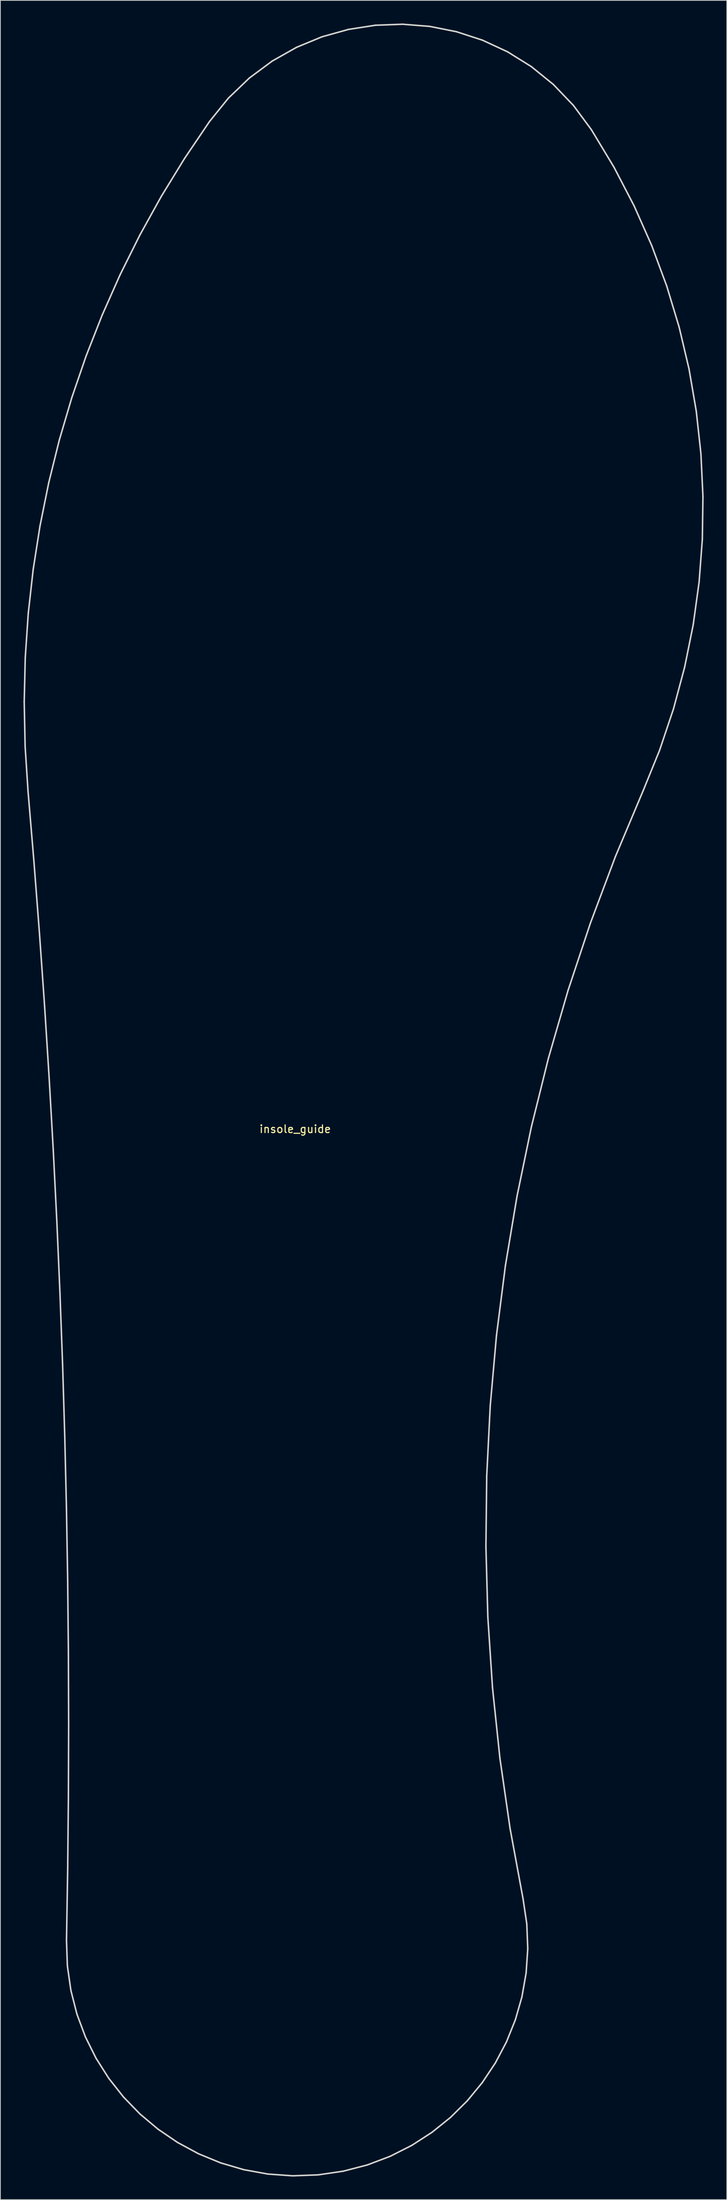
<source format=kicad_pcb>
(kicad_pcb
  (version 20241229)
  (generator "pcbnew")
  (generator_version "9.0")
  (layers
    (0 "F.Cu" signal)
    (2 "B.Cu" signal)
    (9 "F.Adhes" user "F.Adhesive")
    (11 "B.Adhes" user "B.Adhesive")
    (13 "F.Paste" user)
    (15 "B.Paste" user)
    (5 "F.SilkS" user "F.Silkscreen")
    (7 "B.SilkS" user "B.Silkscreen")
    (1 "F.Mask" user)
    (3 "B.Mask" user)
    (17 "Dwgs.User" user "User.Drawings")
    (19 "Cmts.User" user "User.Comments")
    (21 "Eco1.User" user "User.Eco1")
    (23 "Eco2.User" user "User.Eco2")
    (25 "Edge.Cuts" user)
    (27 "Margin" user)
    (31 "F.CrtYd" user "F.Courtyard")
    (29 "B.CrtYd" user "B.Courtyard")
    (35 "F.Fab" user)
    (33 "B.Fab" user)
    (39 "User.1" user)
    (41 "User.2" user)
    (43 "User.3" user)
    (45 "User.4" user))
  (footprint "insole_guide"
    (layer "F.Cu")
    (at 35.349 143.198)
    (property "Reference" "insole_guide" (at 0 0.5 0) (layer "F.SilkS") (effects (font (size 1 1) (thickness 0.15))))
    (attr through_hole)
    (fp_line (start -35.249 -55.017) (end -35.131 -49.237) (stroke (width 0.2) (type solid)) (layer "Edge.Cuts"))
    (fp_line (start -35.131 -49.237) (end -34.755 -43.447) (stroke (width 0.2) (type solid)) (layer "Edge.Cuts"))
    (fp_line (start -35.113 -60.78) (end -35.249 -55.017) (stroke (width 0.2) (type solid)) (layer "Edge.Cuts"))
    (fp_line (start -34.755 -43.447) (end -33.974 -34.131) (stroke (width 0.2) (type solid)) (layer "Edge.Cuts"))
    (fp_line (start -34.724 -66.518) (end -35.113 -60.78) (stroke (width 0.2) (type solid)) (layer "Edge.Cuts"))
    (fp_line (start -34.084 -72.222) (end -34.724 -66.518) (stroke (width 0.2) (type solid)) (layer "Edge.Cuts"))
    (fp_line (start -33.974 -34.131) (end -33.256 -24.81) (stroke (width 0.2) (type solid)) (layer "Edge.Cuts"))
    (fp_line (start -33.256 -24.81) (end -32.599 -15.486) (stroke (width 0.2) (type solid)) (layer "Edge.Cuts"))
    (fp_line (start -33.197 -77.885) (end -34.084 -72.222) (stroke (width 0.2) (type solid)) (layer "Edge.Cuts"))
    (fp_line (start -32.599 -15.486) (end -32.006 -6.157) (stroke (width 0.2) (type solid)) (layer "Edge.Cuts"))
    (fp_line (start -32.062 -83.499) (end -33.197 -77.885) (stroke (width 0.2) (type solid)) (layer "Edge.Cuts"))
    (fp_line (start -32.006 -6.157) (end -31.474 3.174) (stroke (width 0.2) (type solid)) (layer "Edge.Cuts"))
    (fp_line (start -31.474 3.174) (end -31.005 12.509) (stroke (width 0.2) (type solid)) (layer "Edge.Cuts"))
    (fp_line (start -31.005 12.509) (end -30.599 21.846) (stroke (width 0.2) (type solid)) (layer "Edge.Cuts"))
    (fp_line (start -30.684 -89.055) (end -32.062 -83.499) (stroke (width 0.2) (type solid)) (layer "Edge.Cuts"))
    (fp_line (start -30.599 21.846) (end -30.254 31.186) (stroke (width 0.2) (type solid)) (layer "Edge.Cuts"))
    (fp_line (start -30.254 31.186) (end -29.973 40.528) (stroke (width 0.2) (type solid)) (layer "Edge.Cuts"))
    (fp_line (start -29.973 40.528) (end -29.753 49.872) (stroke (width 0.2) (type solid)) (layer "Edge.Cuts"))
    (fp_line (start -29.753 49.872) (end -29.596 59.217) (stroke (width 0.2) (type solid)) (layer "Edge.Cuts"))
    (fp_line (start -29.749 105.953) (end -29.636 109.261) (stroke (width 0.2) (type solid)) (layer "Edge.Cuts"))
    (fp_line (start -29.636 109.261) (end -29.176 112.464) (stroke (width 0.2) (type solid)) (layer "Edge.Cuts"))
    (fp_line (start -29.596 59.217) (end -29.502 68.563) (stroke (width 0.2) (type solid)) (layer "Edge.Cuts"))
    (fp_line (start -29.594 96.606) (end -29.749 105.953) (stroke (width 0.2) (type solid)) (layer "Edge.Cuts"))
    (fp_line (start -29.502 68.563) (end -29.47 77.91) (stroke (width 0.2) (type solid)) (layer "Edge.Cuts"))
    (fp_line (start -29.501 87.258) (end -29.594 96.606) (stroke (width 0.2) (type solid)) (layer "Edge.Cuts"))
    (fp_line (start -29.47 77.91) (end -29.501 87.258) (stroke (width 0.2) (type solid)) (layer "Edge.Cuts"))
    (fp_line (start -29.176 112.464) (end -28.388 115.546) (stroke (width 0.2) (type solid)) (layer "Edge.Cuts"))
    (fp_line (start -29.065 -94.545) (end -30.684 -89.055) (stroke (width 0.2) (type solid)) (layer "Edge.Cuts"))
    (fp_line (start -28.388 115.546) (end -27.291 118.488) (stroke (width 0.2) (type solid)) (layer "Edge.Cuts"))
    (fp_line (start -27.291 118.488) (end -25.905 121.273) (stroke (width 0.2) (type solid)) (layer "Edge.Cuts"))
    (fp_line (start -27.205 -99.962) (end -29.065 -94.545) (stroke (width 0.2) (type solid)) (layer "Edge.Cuts"))
    (fp_line (start -25.905 121.273) (end -24.248 123.884) (stroke (width 0.2) (type solid)) (layer "Edge.Cuts"))
    (fp_line (start -25.108 -105.296) (end -27.205 -99.962) (stroke (width 0.2) (type solid)) (layer "Edge.Cuts"))
    (fp_line (start -24.248 123.884) (end -22.34 126.301) (stroke (width 0.2) (type solid)) (layer "Edge.Cuts"))
    (fp_line (start -22.776 -110.542) (end -25.108 -105.296) (stroke (width 0.2) (type solid)) (layer "Edge.Cuts"))
    (fp_line (start -22.34 126.301) (end -20.2 128.507) (stroke (width 0.2) (type solid)) (layer "Edge.Cuts"))
    (fp_line (start -20.211 -115.689) (end -22.776 -110.542) (stroke (width 0.2) (type solid)) (layer "Edge.Cuts"))
    (fp_line (start -20.2 128.507) (end -17.847 130.485) (stroke (width 0.2) (type solid)) (layer "Edge.Cuts"))
    (fp_line (start -17.847 130.485) (end -15.301 132.216) (stroke (width 0.2) (type solid)) (layer "Edge.Cuts"))
    (fp_line (start -17.415 -120.73) (end -20.211 -115.689) (stroke (width 0.2) (type solid)) (layer "Edge.Cuts"))
    (fp_line (start -15.301 132.216) (end -12.579 133.683) (stroke (width 0.2) (type solid)) (layer "Edge.Cuts"))
    (fp_line (start -14.391 -125.657) (end -17.415 -120.73) (stroke (width 0.2) (type solid)) (layer "Edge.Cuts"))
    (fp_line (start -12.579 133.683) (end -9.702 134.868) (stroke (width 0.2) (type solid)) (layer "Edge.Cuts"))
    (fp_line (start -11.14 -130.463) (end -14.391 -125.657) (stroke (width 0.2) (type solid)) (layer "Edge.Cuts"))
    (fp_line (start -9.702 134.868) (end -6.689 135.753) (stroke (width 0.2) (type solid)) (layer "Edge.Cuts"))
    (fp_line (start -8.687 -133.497) (end -11.14 -130.463) (stroke (width 0.2) (type solid)) (layer "Edge.Cuts"))
    (fp_line (start -6.689 135.753) (end -3.559 136.32) (stroke (width 0.2) (type solid)) (layer "Edge.Cuts"))
    (fp_line (start -5.956 -136.113) (end -8.687 -133.497) (stroke (width 0.2) (type solid)) (layer "Edge.Cuts"))
    (fp_line (start -3.559 136.32) (end -0.331 136.551) (stroke (width 0.2) (type solid)) (layer "Edge.Cuts"))
    (fp_line (start -2.989 -138.314) (end -5.956 -136.113) (stroke (width 0.2) (type solid)) (layer "Edge.Cuts"))
    (fp_line (start -0.331 136.551) (end 2.975 136.428) (stroke (width 0.2) (type solid)) (layer "Edge.Cuts"))
    (fp_line (start 0.174 -140.098) (end -2.989 -138.314) (stroke (width 0.2) (type solid)) (layer "Edge.Cuts"))
    (fp_line (start 2.975 136.428) (end 6.249 135.949) (stroke (width 0.2) (type solid)) (layer "Edge.Cuts"))
    (fp_line (start 3.491 -141.468) (end 0.174 -140.098) (stroke (width 0.2) (type solid)) (layer "Edge.Cuts"))
    (fp_line (start 6.249 135.949) (end 9.382 135.137) (stroke (width 0.2) (type solid)) (layer "Edge.Cuts"))
    (fp_line (start 6.923 -142.424) (end 3.491 -141.468) (stroke (width 0.2) (type solid)) (layer "Edge.Cuts"))
    (fp_line (start 9.382 135.137) (end 12.357 134.012) (stroke (width 0.2) (type solid)) (layer "Edge.Cuts"))
    (fp_line (start 10.428 -142.967) (end 6.923 -142.424) (stroke (width 0.2) (type solid)) (layer "Edge.Cuts"))
    (fp_line (start 12.357 134.012) (end 15.16 132.596) (stroke (width 0.2) (type solid)) (layer "Edge.Cuts"))
    (fp_line (start 13.964 -143.098) (end 10.428 -142.967) (stroke (width 0.2) (type solid)) (layer "Edge.Cuts"))
    (fp_line (start 15.16 132.596) (end 17.774 130.909) (stroke (width 0.2) (type solid)) (layer "Edge.Cuts"))
    (fp_line (start 17.492 -142.818) (end 13.964 -143.098) (stroke (width 0.2) (type solid)) (layer "Edge.Cuts"))
    (fp_line (start 17.774 130.909) (end 20.185 128.973) (stroke (width 0.2) (type solid)) (layer "Edge.Cuts"))
    (fp_line (start 20.185 128.973) (end 22.376 126.809) (stroke (width 0.2) (type solid)) (layer "Edge.Cuts"))
    (fp_line (start 20.971 -142.127) (end 17.492 -142.818) (stroke (width 0.2) (type solid)) (layer "Edge.Cuts"))
    (fp_line (start 22.376 126.809) (end 24.331 124.437) (stroke (width 0.2) (type solid)) (layer "Edge.Cuts"))
    (fp_line (start 24.331 124.437) (end 26.036 121.88) (stroke (width 0.2) (type solid)) (layer "Edge.Cuts"))
    (fp_line (start 24.359 -141.026) (end 20.971 -142.127) (stroke (width 0.2) (type solid)) (layer "Edge.Cuts"))
    (fp_line (start 24.807 54.769) (end 24.911 45.598) (stroke (width 0.2) (type solid)) (layer "Edge.Cuts"))
    (fp_line (start 24.911 45.598) (end 25.37 36.445) (stroke (width 0.2) (type solid)) (layer "Edge.Cuts"))
    (fp_line (start 25.057 63.948) (end 24.807 54.769) (stroke (width 0.2) (type solid)) (layer "Edge.Cuts"))
    (fp_line (start 25.37 36.445) (end 26.181 27.319) (stroke (width 0.2) (type solid)) (layer "Edge.Cuts"))
    (fp_line (start 25.664 73.123) (end 25.057 63.948) (stroke (width 0.2) (type solid)) (layer "Edge.Cuts"))
    (fp_line (start 26.036 121.88) (end 27.474 119.157) (stroke (width 0.2) (type solid)) (layer "Edge.Cuts"))
    (fp_line (start 26.181 27.319) (end 27.345 18.231) (stroke (width 0.2) (type solid)) (layer "Edge.Cuts"))
    (fp_line (start 26.628 82.285) (end 25.664 73.123) (stroke (width 0.2) (type solid)) (layer "Edge.Cuts"))
    (fp_line (start 27.345 18.231) (end 28.859 9.192) (stroke (width 0.2) (type solid)) (layer "Edge.Cuts"))
    (fp_line (start 27.474 119.157) (end 28.63 116.289) (stroke (width 0.2) (type solid)) (layer "Edge.Cuts"))
    (fp_line (start 27.616 -139.517) (end 24.359 -141.026) (stroke (width 0.2) (type solid)) (layer "Edge.Cuts"))
    (fp_line (start 27.951 91.423) (end 26.628 82.285) (stroke (width 0.2) (type solid)) (layer "Edge.Cuts"))
    (fp_line (start 28.63 116.289) (end 29.489 113.299) (stroke (width 0.2) (type solid)) (layer "Edge.Cuts"))
    (fp_line (start 28.859 9.192) (end 30.722 0.212) (stroke (width 0.2) (type solid)) (layer "Edge.Cuts"))
    (fp_line (start 29.489 113.299) (end 30.034 110.207) (stroke (width 0.2) (type solid)) (layer "Edge.Cuts"))
    (fp_line (start 29.633 100.526) (end 27.951 91.423) (stroke (width 0.2) (type solid)) (layer "Edge.Cuts"))
    (fp_line (start 30.034 110.207) (end 30.25 107.033) (stroke (width 0.2) (type solid)) (layer "Edge.Cuts"))
    (fp_line (start 30.122 103.799) (end 29.633 100.526) (stroke (width 0.2) (type solid)) (layer "Edge.Cuts"))
    (fp_line (start 30.25 107.033) (end 30.122 103.799) (stroke (width 0.2) (type solid)) (layer "Edge.Cuts"))
    (fp_line (start 30.7 -137.6) (end 27.616 -139.517) (stroke (width 0.2) (type solid)) (layer "Edge.Cuts"))
    (fp_line (start 30.722 0.212) (end 32.934 -8.7) (stroke (width 0.2) (type solid)) (layer "Edge.Cuts"))
    (fp_line (start 32.934 -8.7) (end 35.494 -17.531) (stroke (width 0.2) (type solid)) (layer "Edge.Cuts"))
    (fp_line (start 33.571 -135.276) (end 30.7 -137.6) (stroke (width 0.2) (type solid)) (layer "Edge.Cuts"))
    (fp_line (start 35.494 -17.531) (end 38.4 -26.274) (stroke (width 0.2) (type solid)) (layer "Edge.Cuts"))
    (fp_line (start 36.188 -132.546) (end 33.571 -135.276) (stroke (width 0.2) (type solid)) (layer "Edge.Cuts"))
    (fp_line (start 38.4 -26.274) (end 41.65 -34.916) (stroke (width 0.2) (type solid)) (layer "Edge.Cuts"))
    (fp_line (start 38.511 -129.411) (end 36.188 -132.546) (stroke (width 0.2) (type solid)) (layer "Edge.Cuts"))
    (fp_line (start 41.463 -124.521) (end 38.511 -129.411) (stroke (width 0.2) (type solid)) (layer "Edge.Cuts"))
    (fp_line (start 41.65 -34.916) (end 45.245 -43.447) (stroke (width 0.2) (type solid)) (layer "Edge.Cuts"))
    (fp_line (start 44.083 -119.491) (end 41.463 -124.521) (stroke (width 0.2) (type solid)) (layer "Edge.Cuts"))
    (fp_line (start 45.245 -43.447) (end 47.399 -48.737) (stroke (width 0.2) (type solid)) (layer "Edge.Cuts"))
    (fp_line (start 46.371 -114.338) (end 44.083 -119.491) (stroke (width 0.2) (type solid)) (layer "Edge.Cuts"))
    (fp_line (start 47.399 -48.737) (end 49.205 -54.113) (stroke (width 0.2) (type solid)) (layer "Edge.Cuts"))
    (fp_line (start 48.324 -109.077) (end 46.371 -114.338) (stroke (width 0.2) (type solid)) (layer "Edge.Cuts"))
    (fp_line (start 49.205 -54.113) (end 50.662 -59.56) (stroke (width 0.2) (type solid)) (layer "Edge.Cuts"))
    (fp_line (start 49.942 -103.725) (end 48.324 -109.077) (stroke (width 0.2) (type solid)) (layer "Edge.Cuts"))
    (fp_line (start 50.662 -59.56) (end 51.772 -65.061) (stroke (width 0.2) (type solid)) (layer "Edge.Cuts"))
    (fp_line (start 51.224 -98.298) (end 49.942 -103.725) (stroke (width 0.2) (type solid)) (layer "Edge.Cuts"))
    (fp_line (start 51.772 -65.061) (end 52.537 -70.599) (stroke (width 0.2) (type solid)) (layer "Edge.Cuts"))
    (fp_line (start 52.167 -92.812) (end 51.224 -98.298) (stroke (width 0.2) (type solid)) (layer "Edge.Cuts"))
    (fp_line (start 52.537 -70.599) (end 52.958 -76.16) (stroke (width 0.2) (type solid)) (layer "Edge.Cuts"))
    (fp_line (start 52.772 -87.282) (end 52.167 -92.812) (stroke (width 0.2) (type solid)) (layer "Edge.Cuts"))
    (fp_line (start 52.958 -76.16) (end 53.036 -81.726) (stroke (width 0.2) (type solid)) (layer "Edge.Cuts"))
    (fp_line (start 53.036 -81.726) (end 52.772 -87.282) (stroke (width 0.2) (type solid)) (layer "Edge.Cuts")))
  (gr_rect
    (start -3 -3)
    (end 91.485 282.849)
    (stroke (width 0.1) (type default))
    (fill no)
    (layer "Edge.Cuts")))
</source>
